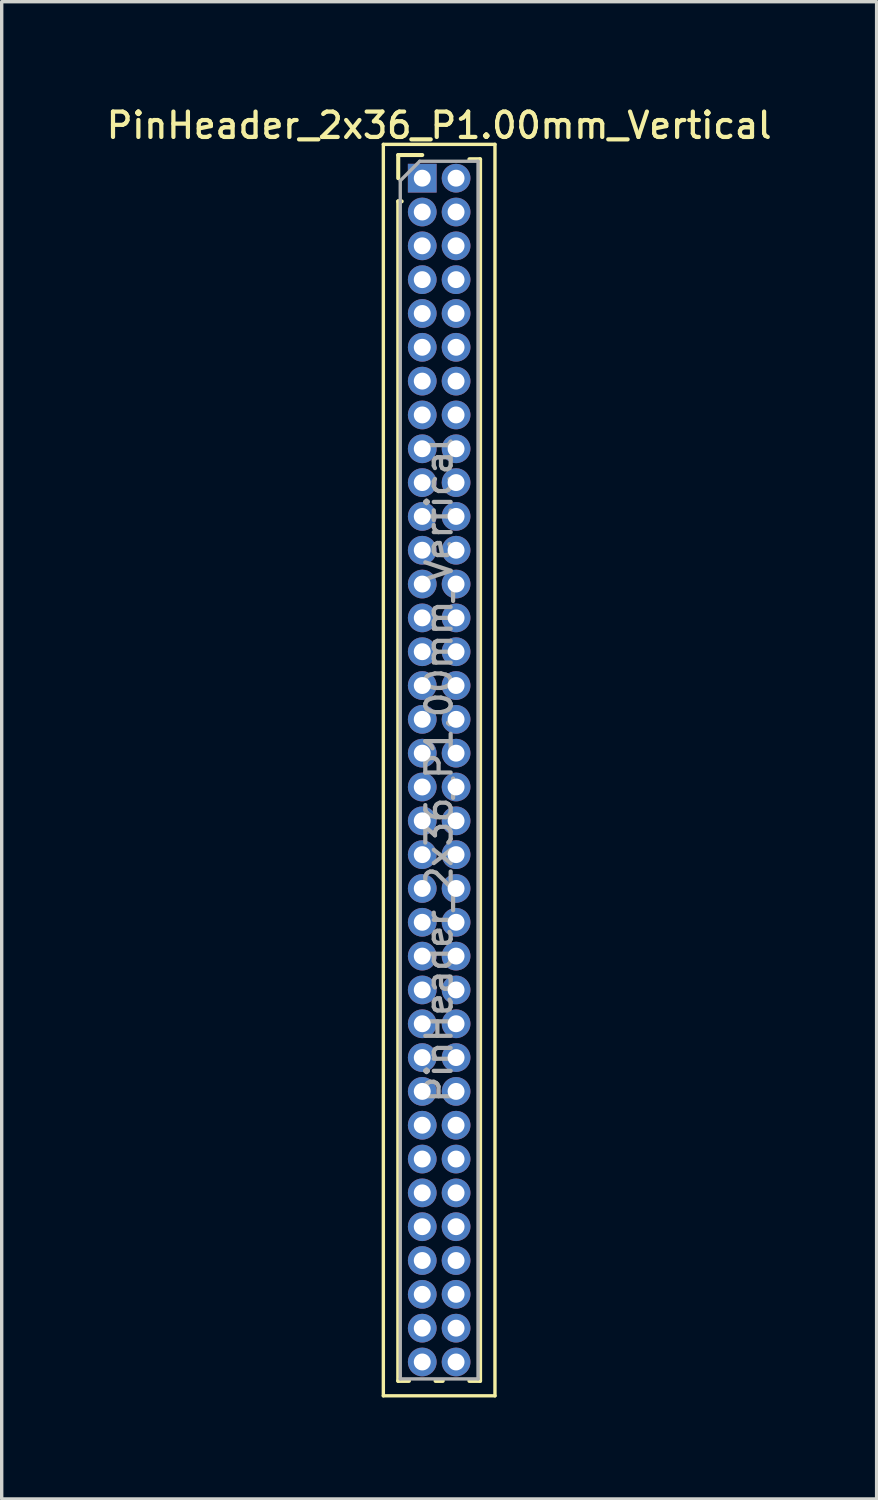
<source format=kicad_pcb>
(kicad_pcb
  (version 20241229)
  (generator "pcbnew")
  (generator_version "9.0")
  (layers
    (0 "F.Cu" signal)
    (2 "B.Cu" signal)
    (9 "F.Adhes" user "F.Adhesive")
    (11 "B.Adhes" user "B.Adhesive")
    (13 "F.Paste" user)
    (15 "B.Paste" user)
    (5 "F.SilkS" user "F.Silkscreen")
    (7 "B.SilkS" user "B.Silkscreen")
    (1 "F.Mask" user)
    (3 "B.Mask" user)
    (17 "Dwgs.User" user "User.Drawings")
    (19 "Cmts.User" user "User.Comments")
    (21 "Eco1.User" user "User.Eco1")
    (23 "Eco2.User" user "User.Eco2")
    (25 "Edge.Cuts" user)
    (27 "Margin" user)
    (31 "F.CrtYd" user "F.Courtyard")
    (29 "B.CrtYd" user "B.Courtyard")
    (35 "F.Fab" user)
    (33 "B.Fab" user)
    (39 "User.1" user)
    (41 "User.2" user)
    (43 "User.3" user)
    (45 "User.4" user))
  (footprint "PinHeader_2x36_P1.00mm_Vertical"
    (layer "F.Cu")
    (at 9.434 2.218)
    (property "Reference" "PinHeader_2x36_P1.00mm_Vertical" (at 0.5 -1.56 0) (layer "F.SilkS") (effects (font (size 0.75 0.75) (thickness 0.125))))
    (attr through_hole)
    (fp_line (start -1.15 -1) (end -1.15 36) (stroke (width 0.1) (type solid)) (layer "F.SilkS"))
    (fp_line (start -1.15 36) (end 2.15 36) (stroke (width 0.1) (type solid)) (layer "F.SilkS"))
    (fp_line (start -0.71 -0.685) (end 0 -0.685) (stroke (width 0.12) (type solid)) (layer "F.SilkS"))
    (fp_line (start -0.71 0) (end -0.71 -0.685) (stroke (width 0.12) (type solid)) (layer "F.SilkS"))
    (fp_line (start -0.71 0.685) (end -0.71 35.56) (stroke (width 0.12) (type solid)) (layer "F.SilkS"))
    (fp_line (start -0.71 0.685) (end -0.608 0.685) (stroke (width 0.12) (type solid)) (layer "F.SilkS"))
    (fp_line (start -0.71 35.56) (end -0.394 35.56) (stroke (width 0.12) (type solid)) (layer "F.SilkS"))
    (fp_line (start 0.394 35.56) (end 0.606 35.56) (stroke (width 0.12) (type solid)) (layer "F.SilkS"))
    (fp_line (start 1.394 -0.56) (end 1.71 -0.56) (stroke (width 0.12) (type solid)) (layer "F.SilkS"))
    (fp_line (start 1.394 35.56) (end 1.71 35.56) (stroke (width 0.12) (type solid)) (layer "F.SilkS"))
    (fp_line (start 1.71 -0.56) (end 1.71 35.56) (stroke (width 0.12) (type solid)) (layer "F.SilkS"))
    (fp_line (start 2.15 -1) (end -1.15 -1) (stroke (width 0.1) (type solid)) (layer "F.SilkS"))
    (fp_line (start 2.15 36) (end 2.15 -1) (stroke (width 0.1) (type solid)) (layer "F.SilkS"))
    (fp_line (start -0.65 0.075) (end -0.075 -0.5) (stroke (width 0.1) (type solid)) (layer "F.Fab"))
    (fp_line (start -0.65 35.5) (end -0.65 0.075) (stroke (width 0.1) (type solid)) (layer "F.Fab"))
    (fp_line (start -0.075 -0.5) (end 1.65 -0.5) (stroke (width 0.1) (type solid)) (layer "F.Fab"))
    (fp_line (start 1.65 -0.5) (end 1.65 35.5) (stroke (width 0.1) (type solid)) (layer "F.Fab"))
    (fp_line (start 1.65 35.5) (end -0.65 35.5) (stroke (width 0.1) (type solid)) (layer "F.Fab"))
    (fp_text user "${REFERENCE}" (at 0.5 17.5 90) (layer "F.Fab") (effects (font (size 0.75 0.75) (thickness 0.125))))
    (pad "1" thru_hole rect (at 0 0) (size 0.85 0.85) (drill 0.5) (layers "*.Cu" "*.Mask"))
    (pad "2" thru_hole oval (at 1 0) (size 0.85 0.85) (drill 0.5) (layers "*.Cu" "*.Mask"))
    (pad "3" thru_hole oval (at 0 1) (size 0.85 0.85) (drill 0.5) (layers "*.Cu" "*.Mask"))
    (pad "4" thru_hole oval (at 1 1) (size 0.85 0.85) (drill 0.5) (layers "*.Cu" "*.Mask"))
    (pad "5" thru_hole oval (at 0 2) (size 0.85 0.85) (drill 0.5) (layers "*.Cu" "*.Mask"))
    (pad "6" thru_hole oval (at 1 2) (size 0.85 0.85) (drill 0.5) (layers "*.Cu" "*.Mask"))
    (pad "7" thru_hole oval (at 0 3) (size 0.85 0.85) (drill 0.5) (layers "*.Cu" "*.Mask"))
    (pad "8" thru_hole oval (at 1 3) (size 0.85 0.85) (drill 0.5) (layers "*.Cu" "*.Mask"))
    (pad "9" thru_hole oval (at 0 4) (size 0.85 0.85) (drill 0.5) (layers "*.Cu" "*.Mask"))
    (pad "10" thru_hole oval (at 1 4) (size 0.85 0.85) (drill 0.5) (layers "*.Cu" "*.Mask"))
    (pad "11" thru_hole oval (at 0 5) (size 0.85 0.85) (drill 0.5) (layers "*.Cu" "*.Mask"))
    (pad "12" thru_hole oval (at 1 5) (size 0.85 0.85) (drill 0.5) (layers "*.Cu" "*.Mask"))
    (pad "13" thru_hole oval (at 0 6) (size 0.85 0.85) (drill 0.5) (layers "*.Cu" "*.Mask"))
    (pad "14" thru_hole oval (at 1 6) (size 0.85 0.85) (drill 0.5) (layers "*.Cu" "*.Mask"))
    (pad "15" thru_hole oval (at 0 7) (size 0.85 0.85) (drill 0.5) (layers "*.Cu" "*.Mask"))
    (pad "16" thru_hole oval (at 1 7) (size 0.85 0.85) (drill 0.5) (layers "*.Cu" "*.Mask"))
    (pad "17" thru_hole oval (at 0 8) (size 0.85 0.85) (drill 0.5) (layers "*.Cu" "*.Mask"))
    (pad "18" thru_hole oval (at 1 8) (size 0.85 0.85) (drill 0.5) (layers "*.Cu" "*.Mask"))
    (pad "19" thru_hole oval (at 0 9) (size 0.85 0.85) (drill 0.5) (layers "*.Cu" "*.Mask"))
    (pad "20" thru_hole oval (at 1 9) (size 0.85 0.85) (drill 0.5) (layers "*.Cu" "*.Mask"))
    (pad "21" thru_hole oval (at 0 10) (size 0.85 0.85) (drill 0.5) (layers "*.Cu" "*.Mask"))
    (pad "22" thru_hole oval (at 1 10) (size 0.85 0.85) (drill 0.5) (layers "*.Cu" "*.Mask"))
    (pad "23" thru_hole oval (at 0 11) (size 0.85 0.85) (drill 0.5) (layers "*.Cu" "*.Mask"))
    (pad "24" thru_hole oval (at 1 11) (size 0.85 0.85) (drill 0.5) (layers "*.Cu" "*.Mask"))
    (pad "25" thru_hole oval (at 0 12) (size 0.85 0.85) (drill 0.5) (layers "*.Cu" "*.Mask"))
    (pad "26" thru_hole oval (at 1 12) (size 0.85 0.85) (drill 0.5) (layers "*.Cu" "*.Mask"))
    (pad "27" thru_hole oval (at 0 13) (size 0.85 0.85) (drill 0.5) (layers "*.Cu" "*.Mask"))
    (pad "28" thru_hole oval (at 1 13) (size 0.85 0.85) (drill 0.5) (layers "*.Cu" "*.Mask"))
    (pad "29" thru_hole oval (at 0 14) (size 0.85 0.85) (drill 0.5) (layers "*.Cu" "*.Mask"))
    (pad "30" thru_hole oval (at 1 14) (size 0.85 0.85) (drill 0.5) (layers "*.Cu" "*.Mask"))
    (pad "31" thru_hole oval (at 0 15) (size 0.85 0.85) (drill 0.5) (layers "*.Cu" "*.Mask"))
    (pad "32" thru_hole oval (at 1 15) (size 0.85 0.85) (drill 0.5) (layers "*.Cu" "*.Mask"))
    (pad "33" thru_hole oval (at 0 16) (size 0.85 0.85) (drill 0.5) (layers "*.Cu" "*.Mask"))
    (pad "34" thru_hole oval (at 1 16) (size 0.85 0.85) (drill 0.5) (layers "*.Cu" "*.Mask"))
    (pad "35" thru_hole oval (at 0 17) (size 0.85 0.85) (drill 0.5) (layers "*.Cu" "*.Mask"))
    (pad "36" thru_hole oval (at 1 17) (size 0.85 0.85) (drill 0.5) (layers "*.Cu" "*.Mask"))
    (pad "37" thru_hole oval (at 0 18) (size 0.85 0.85) (drill 0.5) (layers "*.Cu" "*.Mask"))
    (pad "38" thru_hole oval (at 1 18) (size 0.85 0.85) (drill 0.5) (layers "*.Cu" "*.Mask"))
    (pad "39" thru_hole oval (at 0 19) (size 0.85 0.85) (drill 0.5) (layers "*.Cu" "*.Mask"))
    (pad "40" thru_hole oval (at 1 19) (size 0.85 0.85) (drill 0.5) (layers "*.Cu" "*.Mask"))
    (pad "41" thru_hole oval (at 0 20) (size 0.85 0.85) (drill 0.5) (layers "*.Cu" "*.Mask"))
    (pad "42" thru_hole oval (at 1 20) (size 0.85 0.85) (drill 0.5) (layers "*.Cu" "*.Mask"))
    (pad "43" thru_hole oval (at 0 21) (size 0.85 0.85) (drill 0.5) (layers "*.Cu" "*.Mask"))
    (pad "44" thru_hole oval (at 1 21) (size 0.85 0.85) (drill 0.5) (layers "*.Cu" "*.Mask"))
    (pad "45" thru_hole oval (at 0 22) (size 0.85 0.85) (drill 0.5) (layers "*.Cu" "*.Mask"))
    (pad "46" thru_hole oval (at 1 22) (size 0.85 0.85) (drill 0.5) (layers "*.Cu" "*.Mask"))
    (pad "47" thru_hole oval (at 0 23) (size 0.85 0.85) (drill 0.5) (layers "*.Cu" "*.Mask"))
    (pad "48" thru_hole oval (at 1 23) (size 0.85 0.85) (drill 0.5) (layers "*.Cu" "*.Mask"))
    (pad "49" thru_hole oval (at 0 24) (size 0.85 0.85) (drill 0.5) (layers "*.Cu" "*.Mask"))
    (pad "50" thru_hole oval (at 1 24) (size 0.85 0.85) (drill 0.5) (layers "*.Cu" "*.Mask"))
    (pad "51" thru_hole oval (at 0 25) (size 0.85 0.85) (drill 0.5) (layers "*.Cu" "*.Mask"))
    (pad "52" thru_hole oval (at 1 25) (size 0.85 0.85) (drill 0.5) (layers "*.Cu" "*.Mask"))
    (pad "53" thru_hole oval (at 0 26) (size 0.85 0.85) (drill 0.5) (layers "*.Cu" "*.Mask"))
    (pad "54" thru_hole oval (at 1 26) (size 0.85 0.85) (drill 0.5) (layers "*.Cu" "*.Mask"))
    (pad "55" thru_hole oval (at 0 27) (size 0.85 0.85) (drill 0.5) (layers "*.Cu" "*.Mask"))
    (pad "56" thru_hole oval (at 1 27) (size 0.85 0.85) (drill 0.5) (layers "*.Cu" "*.Mask"))
    (pad "57" thru_hole oval (at 0 28) (size 0.85 0.85) (drill 0.5) (layers "*.Cu" "*.Mask"))
    (pad "58" thru_hole oval (at 1 28) (size 0.85 0.85) (drill 0.5) (layers "*.Cu" "*.Mask"))
    (pad "59" thru_hole oval (at 0 29) (size 0.85 0.85) (drill 0.5) (layers "*.Cu" "*.Mask"))
    (pad "60" thru_hole oval (at 1 29) (size 0.85 0.85) (drill 0.5) (layers "*.Cu" "*.Mask"))
    (pad "61" thru_hole oval (at 0 30) (size 0.85 0.85) (drill 0.5) (layers "*.Cu" "*.Mask"))
    (pad "62" thru_hole oval (at 1 30) (size 0.85 0.85) (drill 0.5) (layers "*.Cu" "*.Mask"))
    (pad "63" thru_hole oval (at 0 31) (size 0.85 0.85) (drill 0.5) (layers "*.Cu" "*.Mask"))
    (pad "64" thru_hole oval (at 1 31) (size 0.85 0.85) (drill 0.5) (layers "*.Cu" "*.Mask"))
    (pad "65" thru_hole oval (at 0 32) (size 0.85 0.85) (drill 0.5) (layers "*.Cu" "*.Mask"))
    (pad "66" thru_hole oval (at 1 32) (size 0.85 0.85) (drill 0.5) (layers "*.Cu" "*.Mask"))
    (pad "67" thru_hole oval (at 0 33) (size 0.85 0.85) (drill 0.5) (layers "*.Cu" "*.Mask"))
    (pad "68" thru_hole oval (at 1 33) (size 0.85 0.85) (drill 0.5) (layers "*.Cu" "*.Mask"))
    (pad "69" thru_hole oval (at 0 34) (size 0.85 0.85) (drill 0.5) (layers "*.Cu" "*.Mask"))
    (pad "70" thru_hole oval (at 1 34) (size 0.85 0.85) (drill 0.5) (layers "*.Cu" "*.Mask"))
    (pad "71" thru_hole oval (at 0 35) (size 0.85 0.85) (drill 0.5) (layers "*.Cu" "*.Mask"))
    (pad "72" thru_hole oval (at 1 35) (size 0.85 0.85) (drill 0.5) (layers "*.Cu" "*.Mask")))
  (gr_rect
    (start -3 -3)
    (end 22.868 41.268)
    (stroke (width 0.1) (type default))
    (fill no)
    (layer "Edge.Cuts")))
</source>
